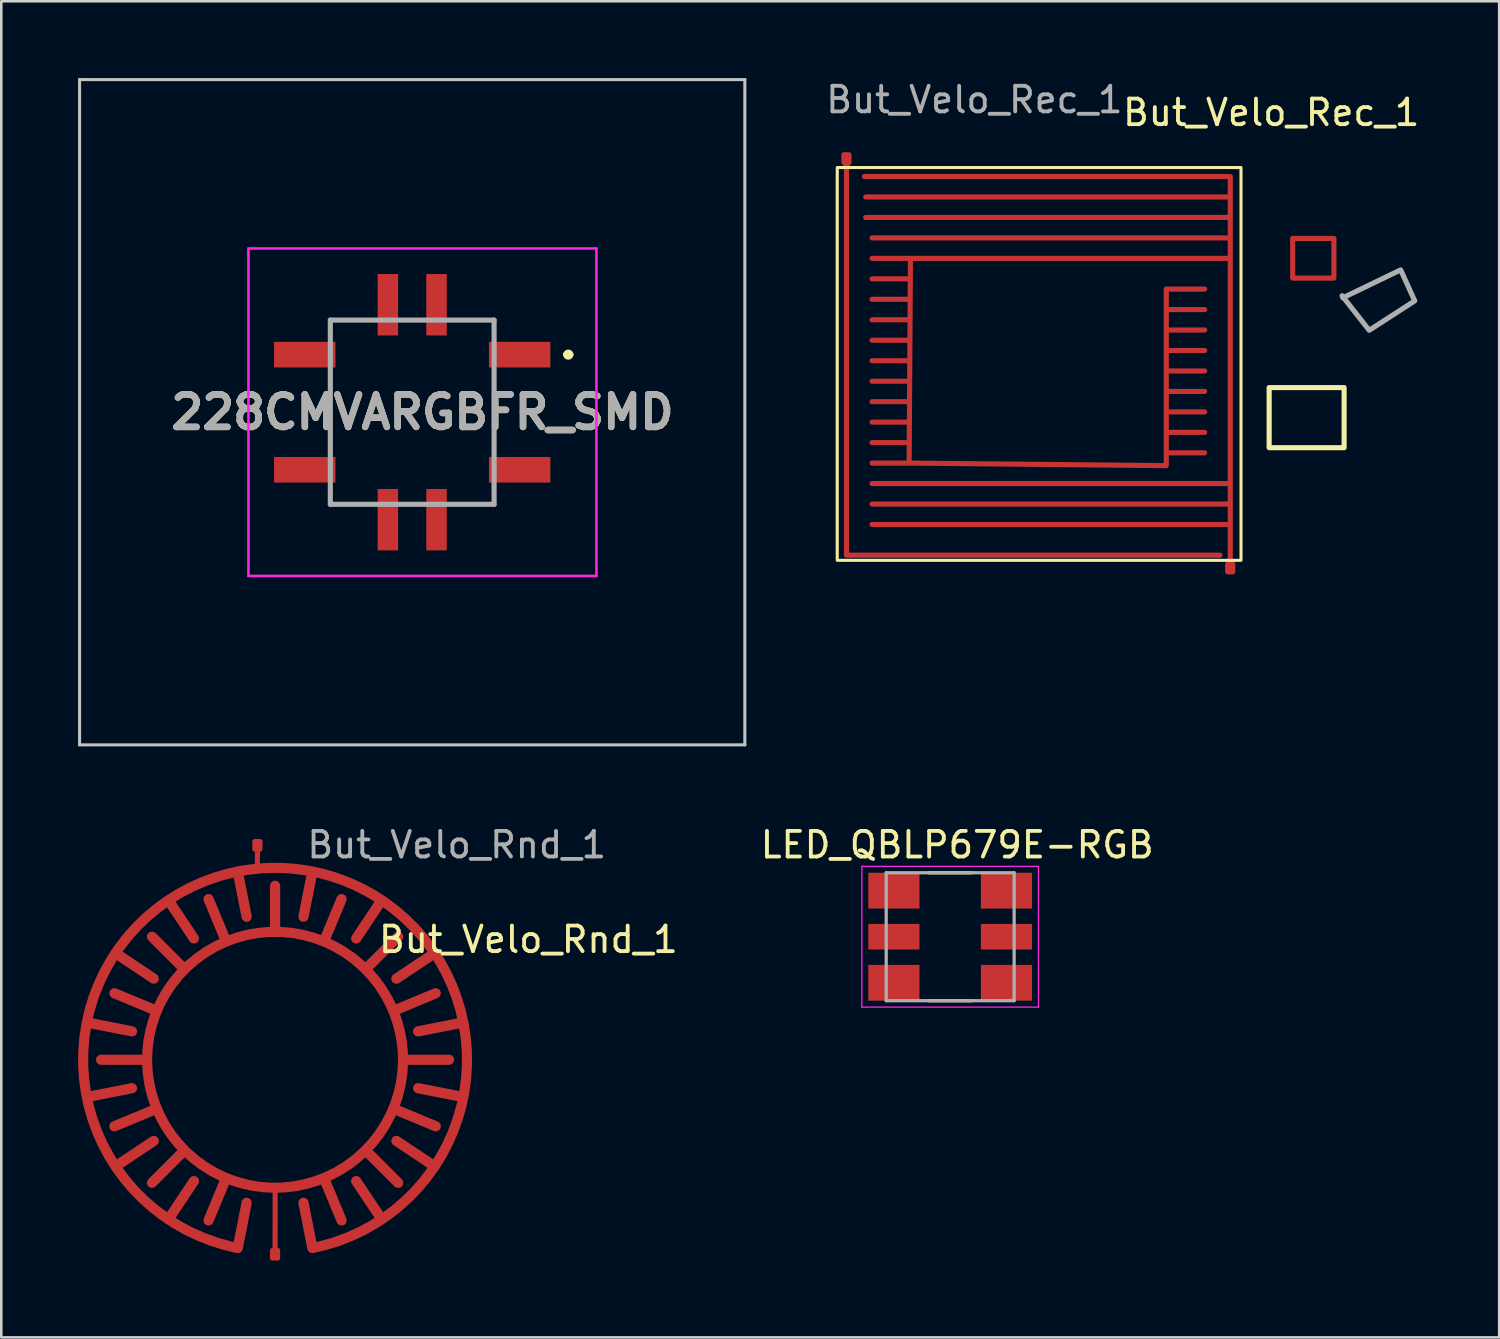
<source format=kicad_pcb>
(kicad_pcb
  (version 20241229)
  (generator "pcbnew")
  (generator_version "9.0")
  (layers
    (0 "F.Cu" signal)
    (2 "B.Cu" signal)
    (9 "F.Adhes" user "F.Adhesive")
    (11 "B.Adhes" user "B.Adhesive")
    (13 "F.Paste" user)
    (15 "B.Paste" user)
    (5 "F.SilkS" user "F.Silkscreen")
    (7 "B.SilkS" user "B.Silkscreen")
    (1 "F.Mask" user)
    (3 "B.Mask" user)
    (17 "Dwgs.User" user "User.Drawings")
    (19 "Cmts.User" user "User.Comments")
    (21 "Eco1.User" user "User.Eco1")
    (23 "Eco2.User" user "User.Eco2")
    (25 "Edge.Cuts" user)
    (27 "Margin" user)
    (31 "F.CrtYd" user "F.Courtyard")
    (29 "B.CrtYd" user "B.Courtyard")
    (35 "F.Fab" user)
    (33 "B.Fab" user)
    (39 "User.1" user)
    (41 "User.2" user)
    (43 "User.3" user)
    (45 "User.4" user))
  (footprint "But_Velo_Rec_1"
    (layer "F.Cu")
    (at 37.531 11.348)
    (property "Reference" "But_Velo_Rec_1" (at 9.1 -10 0) (unlocked yes) (layer "F.SilkS") (effects (font (size 1 1) (thickness 0.15))))
    (attr smd)
    (fp_rect (start 9.94 -5.08) (end 11.55 -3.53) (stroke (width 0.2) (type default)) (fill no) (layer "F.Cu"))
    (fp_rect (start -7.86 -7.85) (end 7.92 7.5) (stroke (width 0.12) (type default)) (fill no) (layer "F.SilkS"))
    (fp_rect (start 9.02 0.75) (end 11.95 3.1) (stroke (width 0.2) (type default)) (fill no) (layer "F.SilkS"))
    (fp_poly (pts (xy 11.87 -2.84) (xy 12.93 -1.49) (xy 14.71 -2.64) (xy 14.16 -3.85) (xy 11.9 -2.76)) (stroke (width 0.2) (type solid)) (fill no) (layer "F.Fab"))
    (fp_text user "${REFERENCE}" (at -2.5 -10.5 0) (unlocked yes) (layer "F.Fab") (effects (font (size 1 1) (thickness 0.15))))
    (pad "1" smd custom (at 7.5 7.8) (size 0.4 0.4) (layers "F.Cu" "F.Mask" "F.Paste") (options (anchor circle)) (primitives (gr_bbox (start 1.21 -1.51) (end 2.38 0.33) (fill no)) (gr_bbox (start -11.55 -11.19) (end -10.11 -9.24) (fill no)) (gr_line (start 0 -0.2) (end 0 -15.3) (width 0.2)) (gr_line (start 0 -3.3) (end -14 -3.3) (width 0.2)) (gr_line (start 0 -15.3) (end -14.3 -15.3) (width 0.2)) (gr_line (start 0 -12.1) (end -14 -12.1) (width 0.2)) (gr_line (start -12.5 -12) (end -12.55 -4.1) (width 0.2)) (gr_line (start -12.55 -10.5) (end -14 -10.5) (width 0.2)) (gr_line (start -12.55 -4.1) (end -14 -4.1) (width 0.2)) (gr_line (start -12.55 -5.7) (end -14 -5.7) (width 0.2)) (gr_line (start -12.55 -8.9) (end -14 -8.9) (width 0.2)) (gr_line (start -12.55 -6.5) (end -14 -6.5) (width 0.2)) (gr_line (start -12.55 -4.9) (end -14 -4.9) (width 0.2)) (gr_line (start -12.55 -11.3) (end -14 -11.3) (width 0.2)) (gr_line (start -12.55 -7.3) (end -14 -7.3) (width 0.2)) (gr_line (start -12.55 -9.7) (end -14 -9.7) (width 0.2)) (gr_line (start -12.55 -8.1) (end -14 -8.1) (width 0.2)) (gr_line (start -12.55 -4.1) (end -2.5 -4) (width 0.2)) (gr_line (start -2.5 -10.9) (end -2.5 -4) (width 0.2)) (gr_line (start -1 -7.7) (end -2.5 -7.7) (width 0.2)) (gr_line (start -1 -10.9) (end -2.5 -10.9) (width 0.2)) (gr_line (start -1 -6.1) (end -2.5 -6.1) (width 0.2)) (gr_line (start -1 -5.3) (end -2.5 -5.3) (width 0.2)) (gr_line (start -1 -9.3) (end -2.5 -9.3) (width 0.2)) (gr_line (start -1 -6.9) (end -2.5 -6.9) (width 0.2)) (gr_line (start -1 -10.1) (end -2.5 -10.1) (width 0.2)) (gr_line (start -1 -8.5) (end -2.5 -8.5) (width 0.2)) (gr_line (start -1 -4.5) (end -2.5 -4.5) (width 0.2)) (gr_line (start 0 -1.7) (end -14 -1.7) (width 0.2)) (gr_line (start 0 -13.7) (end -14.25 -13.7) (width 0.2)) (gr_line (start 0 -2.5) (end -14 -2.5) (width 0.2)) (gr_line (start 0 -14.5) (end -14.25 -14.5) (width 0.2)) (gr_line (start 0 -12.9) (end -14 -12.9) (width 0.2)) (gr_poly (pts (xy -0.2 -0.15) (xy -0.192 -0.188) (xy -0.171 -0.221) (xy -0.138 -0.242) (xy -0.1 -0.308) (xy 0.1 -0.308) (xy 0.138 -0.242) (xy 0.171 -0.221) (xy 0.192 -0.188) (xy 0.2 -0.15) (xy 0.2 0.15) (xy 0.192 0.188) (xy 0.171 0.221) (xy 0.138 0.242) (xy 0.1 0.25) (xy -0.1 0.25) (xy -0.138 0.242) (xy -0.171 0.221) (xy -0.192 0.188) (xy -0.2 0.15)) (width 0) (fill yes))))
    (pad "2" smd custom (at -7.5 -8.2) (size 0.4 0.4) (layers "F.Cu" "F.Mask" "F.Paste") (options (anchor circle)) (primitives (gr_bbox (start 1.55 -1.14) (end 3.02 -0.04) (fill no)) (gr_line (start 0 0) (end 0 15.5) (width 0.2)) (gr_line (start 14.6 15.5) (end 0 15.5) (width 0.2)) (gr_poly (pts (xy -0.2 -0.15) (xy -0.192 -0.188) (xy -0.171 -0.221) (xy -0.138 -0.242) (xy -0.1 -0.25) (xy 0.1 -0.25) (xy 0.138 -0.242) (xy 0.171 -0.221) (xy 0.192 -0.188) (xy 0.2 -0.15) (xy 0.2 0.15) (xy 0.192 0.188) (xy 0.171 0.221) (xy 0.138 0.242) (xy 0.11 0.37) (xy -0.09 0.37) (xy -0.138 0.242) (xy -0.171 0.221) (xy -0.192 0.188) (xy -0.2 0.15)) (width 0) (fill yes)))))
  (footprint "LED_QBLP679E-RGB"
    (layer "F.Cu")
    (at 34.085 33.559)
    (property "Reference" "LED_QBLP679E-RGB" (at 0.275 -3.59 0) (layer "F.SilkS") (effects (font (size 1.001 1.001) (thickness 0.15))))
    (attr smd)
    (fp_line (start -0.85 -2.5) (end 0.85 -2.5) (stroke (width 0.127) (type solid)) (layer "F.SilkS"))
    (fp_line (start -0.85 2.5) (end 0.85 2.5) (stroke (width 0.127) (type solid)) (layer "F.SilkS"))
    (fp_line (start -3.45 -2.75) (end 3.45 -2.75) (stroke (width 0.05) (type solid)) (layer "F.CrtYd"))
    (fp_line (start -3.45 2.75) (end -3.45 -2.75) (stroke (width 0.05) (type solid)) (layer "F.CrtYd"))
    (fp_line (start 3.45 -2.75) (end 3.45 2.75) (stroke (width 0.05) (type solid)) (layer "F.CrtYd"))
    (fp_line (start 3.45 2.75) (end -3.45 2.75) (stroke (width 0.05) (type solid)) (layer "F.CrtYd"))
    (fp_line (start -2.5 -2.5) (end 2.5 -2.5) (stroke (width 0.127) (type solid)) (layer "F.Fab"))
    (fp_line (start -2.5 2.5) (end -2.5 -2.5) (stroke (width 0.127) (type solid)) (layer "F.Fab"))
    (fp_line (start 2.5 -2.5) (end 2.5 2.5) (stroke (width 0.127) (type solid)) (layer "F.Fab"))
    (fp_line (start 2.5 2.5) (end -2.5 2.5) (stroke (width 0.127) (type solid)) (layer "F.Fab"))
    (pad "1" smd rect (at -2.2 -1.8) (size 2 1.4) (layers "F.Cu" "F.Mask" "F.Paste"))
    (pad "2" smd rect (at -2.2 0) (size 2 1) (layers "F.Cu" "F.Mask" "F.Paste"))
    (pad "3" smd rect (at -2.2 1.8) (size 2 1.4) (layers "F.Cu" "F.Mask" "F.Paste"))
    (pad "4" smd rect (at 2.2 1.8 180) (size 2 1.4) (layers "F.Cu" "F.Mask" "F.Paste"))
    (pad "5" smd rect (at 2.2 0 180) (size 2 1) (layers "F.Cu" "F.Mask" "F.Paste"))
    (pad "6" smd rect (at 2.2 -1.8 180) (size 2 1.4) (layers "F.Cu" "F.Mask" "F.Paste")))
  (footprint "228CMVARGBFR_SMD"
    (layer "F.Cu")
    (at 13.06 13.06)
    (property "Reference" "228CMVARGBFR_SMD" (at 0.4 0 0) (layer "F.SilkS") (effects (font (size 1.27 1.27) (thickness 0.254))))
    (attr smd)
    (fp_line (start -3.2 -3.6) (end -3.2 -3) (stroke (width 0.1) (type solid)) (layer "F.SilkS"))
    (fp_line (start -3.2 -1.5) (end -3.2 1.5) (stroke (width 0.1) (type solid)) (layer "F.SilkS"))
    (fp_line (start -3.2 3) (end -3.2 3.6) (stroke (width 0.1) (type solid)) (layer "F.SilkS"))
    (fp_line (start -3.2 3.6) (end -1.8 3.6) (stroke (width 0.1) (type solid)) (layer "F.SilkS"))
    (fp_line (start -1.6 -3.6) (end -3.2 -3.6) (stroke (width 0.1) (type solid)) (layer "F.SilkS"))
    (fp_line (start 1.6 -3.6) (end 3.2 -3.6) (stroke (width 0.1) (type solid)) (layer "F.SilkS"))
    (fp_line (start 3.2 -3.6) (end 3.2 -3) (stroke (width 0.1) (type solid)) (layer "F.SilkS"))
    (fp_line (start 3.2 -1.5) (end 3.2 1.5) (stroke (width 0.1) (type solid)) (layer "F.SilkS"))
    (fp_line (start 3.2 3.2) (end 3.2 3) (stroke (width 0.1) (type solid)) (layer "F.SilkS"))
    (fp_line (start 3.2 3.2) (end 3.2 3.6) (stroke (width 0.1) (type solid)) (layer "F.SilkS"))
    (fp_line (start 3.2 3.6) (end 1.8 3.6) (stroke (width 0.1) (type solid)) (layer "F.SilkS"))
    (fp_line (start 6 -2.25) (end 6 -2.25) (stroke (width 0.2) (type solid)) (layer "F.SilkS"))
    (fp_line (start 6.2 -2.25) (end 6.2 -2.25) (stroke (width 0.2) (type solid)) (layer "F.SilkS"))
    (fp_arc (start 6 -2.25) (mid 6.1 -2.35) (end 6.2 -2.25) (stroke (width 0.2) (type solid)) (layer "F.SilkS"))
    (fp_arc (start 6.2 -2.25) (mid 6.1 -2.15) (end 6 -2.25) (stroke (width 0.2) (type solid)) (layer "F.SilkS"))
    (fp_line (start -13 -13) (end 13 -13) (stroke (width 0.12) (type solid)) (layer "Dwgs.User"))
    (fp_line (start -13 13) (end -13 -13) (stroke (width 0.12) (type solid)) (layer "Dwgs.User"))
    (fp_line (start 13 -13) (end 13 13) (stroke (width 0.12) (type solid)) (layer "Dwgs.User"))
    (fp_line (start 13 13) (end -13 13) (stroke (width 0.12) (type solid)) (layer "Dwgs.User"))
    (fp_line (start -6.4 -6.4) (end 7.2 -6.4) (stroke (width 0.1) (type solid)) (layer "F.CrtYd"))
    (fp_line (start -6.4 6.4) (end -6.4 -6.4) (stroke (width 0.1) (type solid)) (layer "F.CrtYd"))
    (fp_line (start 7.2 -6.4) (end 7.2 6.4) (stroke (width 0.1) (type solid)) (layer "F.CrtYd"))
    (fp_line (start 7.2 6.4) (end -6.4 6.4) (stroke (width 0.1) (type solid)) (layer "F.CrtYd"))
    (fp_line (start -3.2 -3.6) (end 3.2 -3.6) (stroke (width 0.2) (type solid)) (layer "F.Fab"))
    (fp_line (start -3.2 3.6) (end -3.2 -3.6) (stroke (width 0.2) (type solid)) (layer "F.Fab"))
    (fp_line (start 3.2 -3.6) (end 3.2 3.6) (stroke (width 0.2) (type solid)) (layer "F.Fab"))
    (fp_line (start 3.2 3.6) (end -3.2 3.6) (stroke (width 0.2) (type solid)) (layer "F.Fab"))
    (fp_text user "${REFERENCE}" (at 0.4 0 0) (layer "F.Fab") (effects (font (size 1.27 1.27) (thickness 0.254))))
    (pad "1" smd rect (at 4.2 -2.25 90) (size 1 2.4) (layers "F.Cu" "F.Mask" "F.Paste"))
    (pad "2" smd rect (at -4.2 -2.25 90) (size 1 2.4) (layers "F.Cu" "F.Mask" "F.Paste"))
    (pad "3" smd rect (at 4.2 2.25 90) (size 1 2.4) (layers "F.Cu" "F.Mask" "F.Paste"))
    (pad "4" smd rect (at -4.2 2.25 90) (size 1 2.4) (layers "F.Cu" "F.Mask" "F.Paste"))
    (pad "5" smd rect (at 0.95 -4.2) (size 0.8 2.4) (layers "F.Cu" "F.Mask" "F.Paste"))
    (pad "6" smd rect (at 0.95 4.2) (size 0.8 2.4) (layers "F.Cu" "F.Mask" "F.Paste"))
    (pad "7" smd rect (at -0.95 -4.2) (size 0.8 2.4) (layers "F.Cu" "F.Mask" "F.Paste"))
    (pad "8" smd rect (at -0.95 4.2) (size 0.8 2.4) (layers "F.Cu" "F.Mask" "F.Paste")))
  (footprint "But_Velo_Rnd_1"
    (layer "F.Cu")
    (at 7.7 38.368)
    (property "Reference" "But_Velo_Rnd_1" (at 9.9 -4.7 0) (unlocked yes) (layer "F.SilkS") (effects (font (size 1 1) (thickness 0.15))))
    (attr smd)
    (fp_text user "${REFERENCE}" (at 7.1 -8.4 0) (unlocked yes) (layer "F.Fab") (effects (font (size 1 1) (thickness 0.15))))
    (pad "1" smd custom (at 0 7.6) (size 0.4 0.4) (layers "F.Cu" "F.Mask" "F.Paste") (options (anchor circle)) (primitives (gr_poly (pts (xy -0.2 -0.15) (xy -0.192 -0.188) (xy -0.171 -0.221) (xy -0.138 -0.242) (xy -0.1 -0.25) (xy 0.1 -0.25) (xy 0.138 -0.242) (xy 0.171 -0.221) (xy 0.192 -0.188) (xy 0.2 -0.15) (xy 0.2 0.15) (xy 0.192 0.188) (xy 0.171 0.221) (xy 0.138 0.242) (xy 0.1 0.25) (xy -0.1 0.25) (xy -0.138 0.242) (xy -0.171 0.221) (xy -0.192 0.188) (xy -0.2 0.15)) (width 0) (fill yes)) (gr_line (start 0.004 -2.601) (end 0 0) (width 0.2)) (gr_arc (start -0.004363 -2.600002) (mid 0 -12.59926) (end 0.004363 -2.600002) (width 0.4)) (gr_line (start -3.54 -4.06) (end -4.81 -2.79) (width 0.4)) (gr_line (start -1.91 -2.98) (end -2.6 -1.32) (width 0.4)) (gr_line (start 4.62 -5.69) (end 6.28 -5) (width 0.4)) (gr_line (start 3.54 -11.14) (end 4.81 -12.41) (width 0.4)) (gr_line (start -3.54 -11.14) (end -4.81 -12.41) (width 0.4)) (gr_line (start 1.91 -12.22) (end 2.6 -13.88) (width 0.4)) (gr_line (start 4.62 -9.51) (end 6.28 -10.2) (width 0.4)) (gr_line (start -4.62 -9.51) (end -6.28 -10.2) (width 0.4)) (gr_line (start -6.8 -7.6) (end -5 -7.6) (width 0.4)) (gr_line (start 6.8 -7.6) (end 5 -7.6) (width 0.4)) (gr_line (start -4.62 -5.69) (end -6.28 -5) (width 0.4)) (gr_line (start 1.91 -2.98) (end 2.6 -1.32) (width 0.4)) (gr_line (start 0 -12.6) (end 0 -14.4) (width 0.4)) (gr_line (start 3.54 -4.06) (end 4.81 -2.79) (width 0.4)) (gr_line (start -1.91 -12.22) (end -2.6 -13.88) (width 0.4))))
    (pad "2" smd custom (at -0.69 -8.38) (size 0.4 0.4) (layers "F.Cu" "F.Mask" "F.Paste") (options (anchor circle)) (primitives (gr_line (start 0 0) (end 0 0.9) (width 0.2)) (gr_arc (start -0.773177 15.73589) (mid 0.69 0.880004) (end 2.153177 15.73589) (width 0.4)) (gr_line (start -4.05 5.21) (end -5.55 4.21) (width 0.4)) (gr_line (start -0.42 13.97) (end -0.77 15.74) (width 0.4)) (gr_line (start -4.05 11.55) (end -5.55 12.55) (width 0.4)) (gr_line (start 3.86 3.64) (end 4.86 2.14) (width 0.4)) (gr_line (start -4.9 7.27) (end -6.67 6.92) (width 0.4)) (gr_line (start -4.9 9.49) (end -6.67 9.84) (width 0.4)) (gr_line (start 6.28 7.27) (end 8.05 6.92) (width 0.4)) (gr_line (start -2.48 3.64) (end -3.48 2.14) (width 0.4)) (gr_line (start 1.8 13.97) (end 2.15 15.74) (width 0.4)) (gr_line (start 1.8 2.79) (end 2.15 1.02) (width 0.4)) (gr_line (start 5.43 5.21) (end 6.93 4.21) (width 0.4)) (gr_line (start -2.48 13.12) (end -3.48 14.62) (width 0.4)) (gr_line (start 5.43 11.55) (end 6.93 12.55) (width 0.4)) (gr_line (start 3.86 13.12) (end 4.86 14.62) (width 0.4)) (gr_line (start 6.28 9.49) (end 8.05 9.84) (width 0.4)) (gr_line (start -0.42 2.79) (end -0.77 1.02) (width 0.4)) (gr_poly (pts (xy -0.2 -0.15) (xy -0.192 -0.188) (xy -0.171 -0.221) (xy -0.138 -0.242) (xy -0.1 -0.25) (xy 0.1 -0.25) (xy 0.138 -0.242) (xy 0.171 -0.221) (xy 0.192 -0.188) (xy 0.2 -0.15) (xy 0.2 0.15) (xy 0.192 0.188) (xy 0.171 0.221) (xy 0.138 0.242) (xy 0.1 0.25) (xy -0.1 0.25) (xy -0.138 0.242) (xy -0.171 0.221) (xy -0.192 0.188) (xy -0.2 0.15)) (width 0) (fill yes)))))
  (gr_rect
    (start -3 -3)
    (end 55.541 49.218)
    (stroke (width 0.1) (type default))
    (fill no)
    (layer "Edge.Cuts")))
</source>
